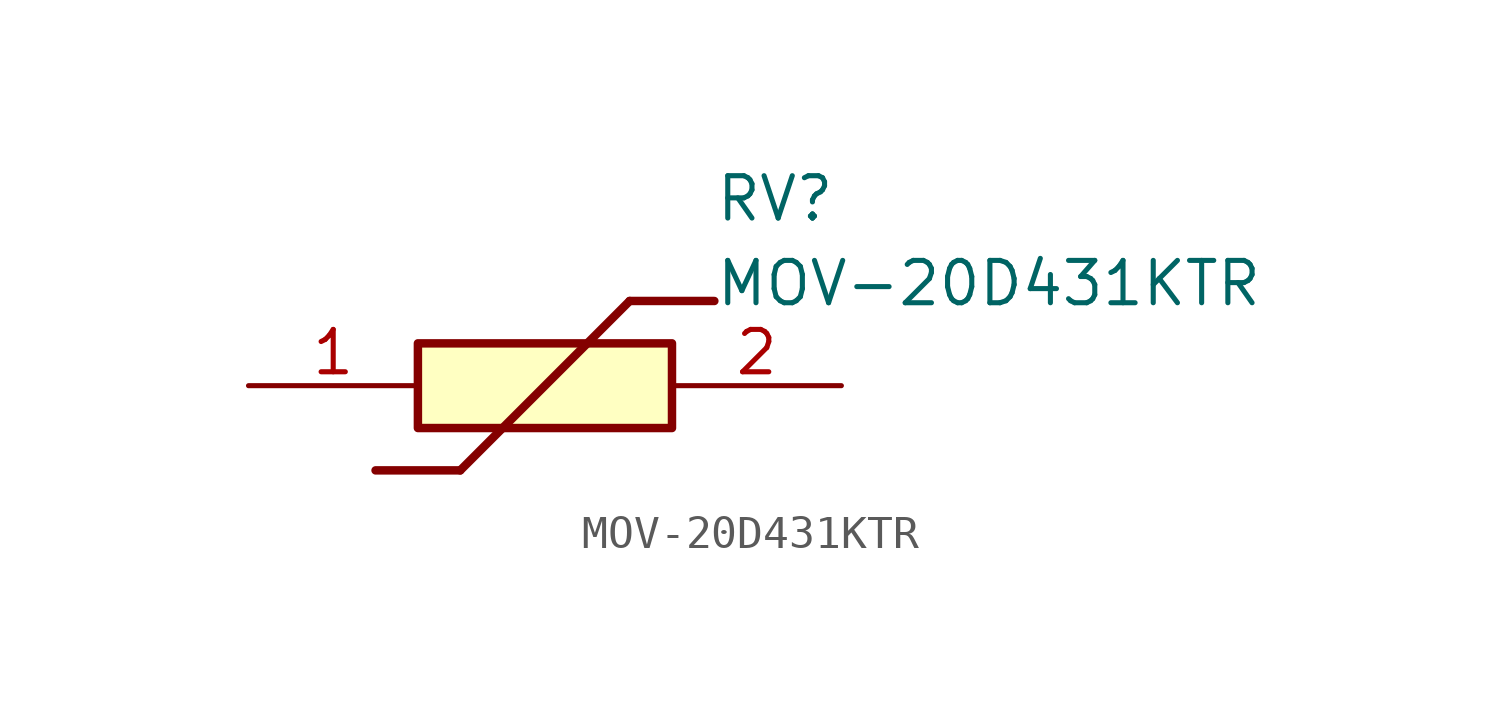
<source format=kicad_sym>
(kicad_symbol_lib
  (version 20211014)
  (generator SamacSys_ECAD_Model)
  (symbol "MOV-20D431KTR"
    (pin_names hide)
    (property "Reference" "RV"
      (at 13.97 6.35 0)
      (effects (font (size 1.27 1.27)) (justify left top)))
    (property "Value" "MOV-20D431KTR"
      (at 13.97 3.81 0)
      (effects (font (size 1.27 1.27)) (justify left top)))
    (rectangle
      (start 5.08 1.27)
      (end 12.7 -1.27)
      (stroke (width 0.254) (type default))
      (fill (type background)))
    (polyline
      (pts (xy 3.81 -2.54) (xy 6.35 -2.54))
      (stroke (width 0.254) (type default))
      (fill (type none)))
    (polyline
      (pts (xy 11.43 2.54) (xy 6.35 -2.54))
      (stroke (width 0.254) (type default))
      (fill (type none)))
    (polyline
      (pts (xy 11.43 2.54) (xy 13.97 2.54))
      (stroke (width 0.254) (type default))
      (fill (type none)))
    (pin passive line
      (at 0 0 0)
      (length 5.08)
      (name "1" (effects (font (size 1.27 1.27))))
      (number "1" (effects (font (size 1.27 1.27)))))
    (pin passive line
      (at 17.78 0 180)
      (length 5.08)
      (name "2" (effects (font (size 1.27 1.27))))
      (number "2" (effects (font (size 1.27 1.27)))))))
</source>
